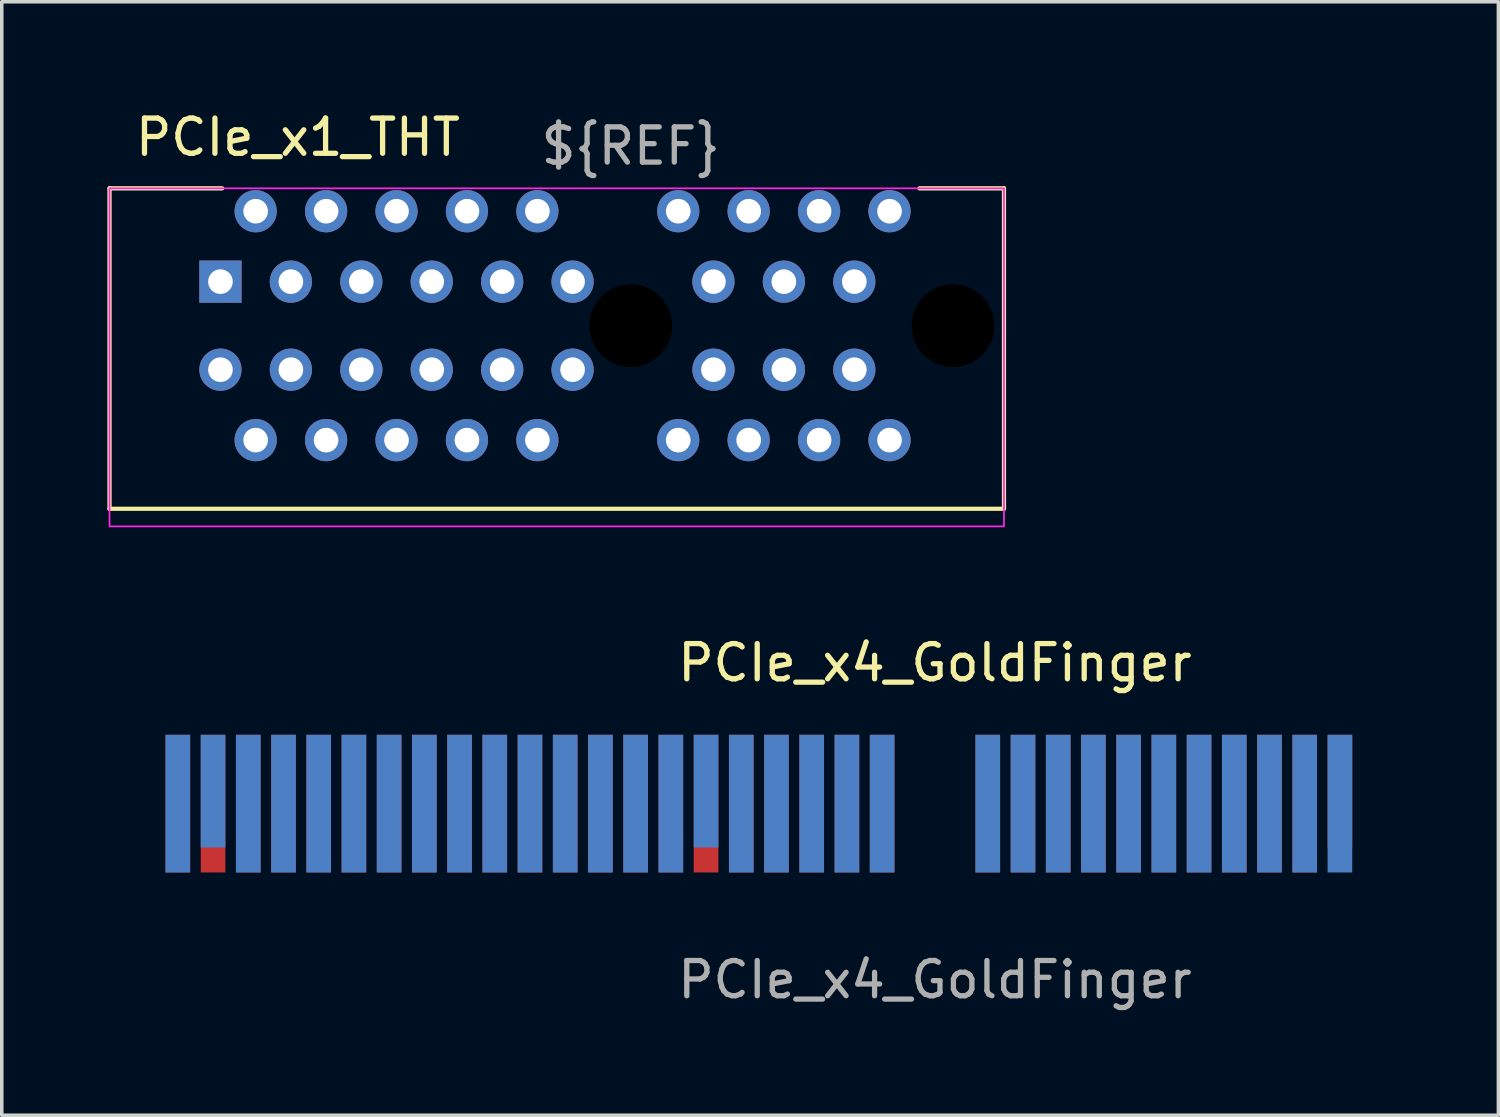
<source format=kicad_pcb>
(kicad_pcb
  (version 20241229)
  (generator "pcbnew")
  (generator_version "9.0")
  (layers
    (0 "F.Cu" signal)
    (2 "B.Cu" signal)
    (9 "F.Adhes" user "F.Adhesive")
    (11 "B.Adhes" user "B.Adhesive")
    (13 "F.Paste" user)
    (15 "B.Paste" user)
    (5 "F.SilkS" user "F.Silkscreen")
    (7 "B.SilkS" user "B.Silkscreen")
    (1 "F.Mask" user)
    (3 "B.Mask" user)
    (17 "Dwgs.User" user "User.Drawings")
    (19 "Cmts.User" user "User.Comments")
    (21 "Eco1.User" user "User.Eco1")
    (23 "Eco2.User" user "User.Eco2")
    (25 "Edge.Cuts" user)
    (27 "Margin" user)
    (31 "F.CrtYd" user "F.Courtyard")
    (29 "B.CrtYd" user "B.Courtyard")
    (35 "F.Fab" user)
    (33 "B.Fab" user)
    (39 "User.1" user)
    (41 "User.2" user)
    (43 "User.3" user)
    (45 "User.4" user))
  (footprint "PCIe_x4_GoldFinger"
    (layer "F.Cu")
    (at 23.5 21.771)
    (property "Reference" "PCIe_x4_GoldFinger" (at 0 -6 0) (unlocked yes) (layer "F.SilkS") (effects (font (size 1 1) (thickness 0.15))))
    (attr smd)
    (fp_text user "${REFERENCE}" (at 0 3 0) (unlocked yes) (layer "F.Fab") (effects (font (size 1 1) (thickness 0.15))))
    (pad "A1" smd rect (at 11.5 -2.355) (size 0.7 3.2) (layers "F.Cu" "F.Mask"))
    (pad "A2" smd rect (at 10.5 -2) (size 0.7 3.91) (layers "F.Cu" "F.Mask"))
    (pad "A3" smd rect (at 9.5 -2) (size 0.7 3.91) (layers "F.Cu" "F.Mask"))
    (pad "A4" smd rect (at 8.5 -2) (size 0.7 3.91) (layers "F.Cu" "F.Mask"))
    (pad "A5" smd rect (at 7.5 -2) (size 0.7 3.91) (layers "F.Cu" "F.Mask"))
    (pad "A6" smd rect (at 6.5 -2) (size 0.7 3.91) (layers "F.Cu" "F.Mask"))
    (pad "A7" smd rect (at 5.5 -2) (size 0.7 3.91) (layers "F.Cu" "F.Mask"))
    (pad "A8" smd rect (at 4.5 -2) (size 0.7 3.91) (layers "F.Cu" "F.Mask"))
    (pad "A9" smd rect (at 3.5 -2) (size 0.7 3.91) (layers "F.Cu" "F.Mask"))
    (pad "A10" smd rect (at 2.5 -2) (size 0.7 3.91) (layers "F.Cu" "F.Mask"))
    (pad "A11" smd rect (at 1.5 -2) (size 0.7 3.91) (layers "F.Cu" "F.Mask"))
    (pad "A12" smd rect (at -1.5 -2) (size 0.7 3.91) (layers "F.Cu" "F.Mask"))
    (pad "A13" smd rect (at -2.5 -2) (size 0.7 3.91) (layers "F.Cu" "F.Mask"))
    (pad "A14" smd rect (at -3.5 -2) (size 0.7 3.91) (layers "F.Cu" "F.Mask"))
    (pad "A15" smd rect (at -4.5 -2) (size 0.7 3.91) (layers "F.Cu" "F.Mask"))
    (pad "A16" smd rect (at -5.5 -2) (size 0.7 3.91) (layers "F.Cu" "F.Mask"))
    (pad "A17" smd rect (at -6.5 -2) (size 0.7 3.91) (layers "F.Cu" "F.Mask"))
    (pad "A18" smd rect (at -7.5 -2) (size 0.7 3.91) (layers "F.Cu" "F.Mask"))
    (pad "A19" smd rect (at -8.5 -2) (size 0.7 3.91) (layers "F.Cu" "F.Mask"))
    (pad "A20" smd rect (at -9.5 -2) (size 0.7 3.91) (layers "F.Cu" "F.Mask"))
    (pad "A21" smd rect (at -10.5 -2) (size 0.7 3.91) (layers "F.Cu" "F.Mask"))
    (pad "A22" smd rect (at -11.5 -2) (size 0.7 3.91) (layers "F.Cu" "F.Mask"))
    (pad "A23" smd rect (at -12.5 -2) (size 0.7 3.91) (layers "F.Cu" "F.Mask"))
    (pad "A24" smd rect (at -13.5 -2) (size 0.7 3.91) (layers "F.Cu" "F.Mask"))
    (pad "A25" smd rect (at -14.5 -2) (size 0.7 3.91) (layers "F.Cu" "F.Mask"))
    (pad "A26" smd rect (at -15.5 -2) (size 0.7 3.91) (layers "F.Cu" "F.Mask"))
    (pad "A27" smd rect (at -16.5 -2) (size 0.7 3.91) (layers "F.Cu" "F.Mask"))
    (pad "A28" smd rect (at -17.5 -2) (size 0.7 3.91) (layers "F.Cu" "F.Mask"))
    (pad "A29" smd rect (at -18.5 -2) (size 0.7 3.91) (layers "F.Cu" "F.Mask"))
    (pad "A30" smd rect (at -19.5 -2) (size 0.7 3.91) (layers "F.Cu" "F.Mask"))
    (pad "A31" smd rect (at -20.5 -2) (size 0.7 3.91) (layers "F.Cu" "F.Mask"))
    (pad "A32" smd rect (at -21.5 -2) (size 0.7 3.91) (layers "F.Cu" "F.Mask"))
    (pad "B1" smd rect (at 11.5 -2) (size 0.7 3.91) (layers "B.Cu" "B.Mask"))
    (pad "B2" smd rect (at 10.5 -2) (size 0.7 3.91) (layers "B.Cu" "B.Mask"))
    (pad "B3" smd rect (at 9.5 -2) (size 0.7 3.91) (layers "B.Cu" "B.Mask"))
    (pad "B4" smd rect (at 8.5 -2) (size 0.7 3.91) (layers "B.Cu" "B.Mask"))
    (pad "B5" smd rect (at 7.5 -2) (size 0.7 3.91) (layers "B.Cu" "B.Mask"))
    (pad "B6" smd rect (at 6.5 -2) (size 0.7 3.91) (layers "B.Cu" "B.Mask"))
    (pad "B7" smd rect (at 5.5 -2) (size 0.7 3.91) (layers "B.Cu" "B.Mask"))
    (pad "B8" smd rect (at 4.5 -2) (size 0.7 3.91) (layers "B.Cu" "B.Mask"))
    (pad "B9" smd rect (at 3.5 -2) (size 0.7 3.91) (layers "B.Cu" "B.Mask"))
    (pad "B10" smd rect (at 2.5 -2) (size 0.7 3.91) (layers "B.Cu" "B.Mask"))
    (pad "B11" smd rect (at 1.5 -2) (size 0.7 3.91) (layers "B.Cu" "B.Mask"))
    (pad "B12" smd rect (at -1.5 -2) (size 0.7 3.91) (layers "B.Cu" "B.Mask"))
    (pad "B13" smd rect (at -2.5 -2) (size 0.7 3.91) (layers "B.Cu" "B.Mask"))
    (pad "B14" smd rect (at -3.5 -2) (size 0.7 3.91) (layers "B.Cu" "B.Mask"))
    (pad "B15" smd rect (at -4.5 -2) (size 0.7 3.91) (layers "B.Cu" "B.Mask"))
    (pad "B16" smd rect (at -5.5 -2) (size 0.7 3.91) (layers "B.Cu" "B.Mask"))
    (pad "B17" smd rect (at -6.5 -2.355) (size 0.7 3.2) (layers "B.Cu" "B.Mask"))
    (pad "B18" smd rect (at -7.5 -2) (size 0.7 3.91) (layers "B.Cu" "B.Mask"))
    (pad "B19" smd rect (at -8.5 -2) (size 0.7 3.91) (layers "B.Cu" "B.Mask"))
    (pad "B20" smd rect (at -9.5 -2) (size 0.7 3.91) (layers "B.Cu" "B.Mask"))
    (pad "B21" smd rect (at -10.5 -2) (size 0.7 3.91) (layers "B.Cu" "B.Mask"))
    (pad "B22" smd rect (at -11.5 -2) (size 0.7 3.91) (layers "B.Cu" "B.Mask"))
    (pad "B23" smd rect (at -12.5 -2) (size 0.7 3.91) (layers "B.Cu" "B.Mask"))
    (pad "B24" smd rect (at -13.5 -2) (size 0.7 3.91) (layers "B.Cu" "B.Mask"))
    (pad "B25" smd rect (at -14.5 -2) (size 0.7 3.91) (layers "B.Cu" "B.Mask"))
    (pad "B26" smd rect (at -15.5 -2) (size 0.7 3.91) (layers "B.Cu" "B.Mask"))
    (pad "B27" smd rect (at -16.5 -2) (size 0.7 3.91) (layers "B.Cu" "B.Mask"))
    (pad "B28" smd rect (at -17.5 -2) (size 0.7 3.91) (layers "B.Cu" "B.Mask"))
    (pad "B29" smd rect (at -18.5 -2) (size 0.7 3.91) (layers "B.Cu" "B.Mask"))
    (pad "B30" smd rect (at -19.5 -2) (size 0.7 3.91) (layers "B.Cu" "B.Mask"))
    (pad "B31" smd rect (at -20.5 -2.355) (size 0.7 3.2) (layers "B.Cu" "B.Mask"))
    (pad "B32" smd rect (at -21.5 -2) (size 0.7 3.91) (layers "B.Cu" "B.Mask"))
    (zone (net_name "") (layers "F.Cu" "F.Mask" "B.Cu" "B.Mask" "F.SilkS" "B.SilkS" "F.Adhes" "B.Adhes" "F.Paste" "B.Paste") (name "Goldfinger") (hatch full 0.508) (connect_pads) (min_thickness 0.254) (filled_areas_thickness no) (keepout (tracks allowed) (vias not_allowed) (pads not_allowed) (copperpour not_allowed) (footprints not_allowed)) (placement (enabled no)) (fill) (polygon (pts (xy 36.5 23.271) (xy 0 23.271) (xy 0 17.771) (xy 36.5 17.771)))))
  (footprint "PCIe_x1_THT"
    (layer "F.Cu")
    (at 14.86 6.198)
    (property "Reference" "PCIe_x1_THT" (at -9.45 -5.35 0) (unlocked yes) (layer "F.SilkS") (effects (font (size 1 1) (thickness 0.15))))
    (fp_line (start -14.8 -3.9) (end -14.8 5.2) (stroke (width 0.12) (type solid)) (layer "F.SilkS"))
    (fp_line (start -14.8 -3.9) (end -11.6 -3.9) (stroke (width 0.12) (type solid)) (layer "F.SilkS"))
    (fp_line (start -14.8 5.2) (end 10.6 5.2) (stroke (width 0.12) (type solid)) (layer "F.SilkS"))
    (fp_line (start 10.6 -3.9) (end 8.2 -3.9) (stroke (width 0.12) (type solid)) (layer "F.SilkS"))
    (fp_line (start 10.6 5.2) (end 10.6 -3.9) (stroke (width 0.12) (type solid)) (layer "F.SilkS"))
    (fp_rect (start -14.8 5.7) (end 10.6 -3.9) (stroke (width 0.05) (type solid)) (fill no) (layer "F.CrtYd"))
    (fp_text user "${REF}" (at 0 -5.1 0) (unlocked yes) (layer "F.Fab") (effects (font (size 1 1) (thickness 0.15))))
    (pad "" np_thru_hole circle (at 0 0) (size 2.35 2.35) (drill 2.35) (layers "*.Mask"))
    (pad "" np_thru_hole circle (at 9.15 0) (size 2.35 2.35) (drill 2.35) (layers "*.Mask"))
    (pad "A1" thru_hole rect (at -11.65 -1.25) (size 1.2 1.2) (drill 0.7) (layers "*.Cu" "*.Mask"))
    (pad "A2" thru_hole circle (at -10.65 -3.25) (size 1.2 1.2) (drill 0.7) (layers "*.Cu" "*.Mask"))
    (pad "A3" thru_hole circle (at -9.65 -1.25) (size 1.2 1.2) (drill 0.7) (layers "*.Cu" "*.Mask"))
    (pad "A4" thru_hole circle (at -8.65 -3.25) (size 1.2 1.2) (drill 0.7) (layers "*.Cu" "*.Mask"))
    (pad "A5" thru_hole circle (at -7.65 -1.25) (size 1.2 1.2) (drill 0.7) (layers "*.Cu" "*.Mask"))
    (pad "A6" thru_hole circle (at -6.65 -3.25) (size 1.2 1.2) (drill 0.7) (layers "*.Cu" "*.Mask"))
    (pad "A7" thru_hole circle (at -5.65 -1.25) (size 1.2 1.2) (drill 0.7) (layers "*.Cu" "*.Mask"))
    (pad "A8" thru_hole circle (at -4.65 -3.25) (size 1.2 1.2) (drill 0.7) (layers "*.Cu" "*.Mask"))
    (pad "A9" thru_hole circle (at -3.65 -1.25) (size 1.2 1.2) (drill 0.7) (layers "*.Cu" "*.Mask"))
    (pad "A10" thru_hole circle (at -2.65 -3.25) (size 1.2 1.2) (drill 0.7) (layers "*.Cu" "*.Mask"))
    (pad "A11" thru_hole circle (at -1.65 -1.25) (size 1.2 1.2) (drill 0.7) (layers "*.Cu" "*.Mask"))
    (pad "A12" thru_hole circle (at 1.35 -3.25) (size 1.2 1.2) (drill 0.7) (layers "*.Cu" "*.Mask"))
    (pad "A13" thru_hole circle (at 2.35 -1.25) (size 1.2 1.2) (drill 0.7) (layers "*.Cu" "*.Mask"))
    (pad "A14" thru_hole circle (at 3.35 -3.25) (size 1.2 1.2) (drill 0.7) (layers "*.Cu" "*.Mask"))
    (pad "A15" thru_hole circle (at 4.35 -1.25) (size 1.2 1.2) (drill 0.7) (layers "*.Cu" "*.Mask"))
    (pad "A16" thru_hole circle (at 5.35 -3.25) (size 1.2 1.2) (drill 0.7) (layers "*.Cu" "*.Mask"))
    (pad "A17" thru_hole circle (at 6.35 -1.25) (size 1.2 1.2) (drill 0.7) (layers "*.Cu" "*.Mask"))
    (pad "A18" thru_hole circle (at 7.35 -3.25) (size 1.2 1.2) (drill 0.7) (layers "*.Cu" "*.Mask"))
    (pad "B1" thru_hole circle (at -11.65 1.25) (size 1.2 1.2) (drill 0.7) (layers "*.Cu" "*.Mask"))
    (pad "B2" thru_hole circle (at -10.65 3.25) (size 1.2 1.2) (drill 0.7) (layers "*.Cu" "*.Mask"))
    (pad "B3" thru_hole circle (at -9.65 1.25) (size 1.2 1.2) (drill 0.7) (layers "*.Cu" "*.Mask"))
    (pad "B4" thru_hole circle (at -8.65 3.25) (size 1.2 1.2) (drill 0.7) (layers "*.Cu" "*.Mask"))
    (pad "B5" thru_hole circle (at -7.65 1.25) (size 1.2 1.2) (drill 0.7) (layers "*.Cu" "*.Mask"))
    (pad "B6" thru_hole circle (at -6.65 3.25) (size 1.2 1.2) (drill 0.7) (layers "*.Cu" "*.Mask"))
    (pad "B7" thru_hole circle (at -5.65 1.25) (size 1.2 1.2) (drill 0.7) (layers "*.Cu" "*.Mask"))
    (pad "B8" thru_hole circle (at -4.65 3.25) (size 1.2 1.2) (drill 0.7) (layers "*.Cu" "*.Mask"))
    (pad "B9" thru_hole circle (at -3.65 1.25) (size 1.2 1.2) (drill 0.7) (layers "*.Cu" "*.Mask"))
    (pad "B10" thru_hole circle (at -2.65 3.25) (size 1.2 1.2) (drill 0.7) (layers "*.Cu" "*.Mask"))
    (pad "B11" thru_hole circle (at -1.65 1.25) (size 1.2 1.2) (drill 0.7) (layers "*.Cu" "*.Mask"))
    (pad "B12" thru_hole circle (at 1.35 3.25) (size 1.2 1.2) (drill 0.7) (layers "*.Cu" "*.Mask"))
    (pad "B13" thru_hole circle (at 2.35 1.25) (size 1.2 1.2) (drill 0.7) (layers "*.Cu" "*.Mask"))
    (pad "B14" thru_hole circle (at 3.35 3.25) (size 1.2 1.2) (drill 0.7) (layers "*.Cu" "*.Mask"))
    (pad "B15" thru_hole circle (at 4.35 1.25) (size 1.2 1.2) (drill 0.7) (layers "*.Cu" "*.Mask"))
    (pad "B16" thru_hole circle (at 5.35 3.25) (size 1.2 1.2) (drill 0.7) (layers "*.Cu" "*.Mask"))
    (pad "B17" thru_hole circle (at 6.35 1.25) (size 1.2 1.2) (drill 0.7) (layers "*.Cu" "*.Mask"))
    (pad "B18" thru_hole circle (at 7.35 3.25) (size 1.2 1.2) (drill 0.7) (layers "*.Cu" "*.Mask")))
  (gr_rect
    (start -3 -3)
    (end 39.5 28.62)
    (stroke (width 0.1) (type default))
    (fill no)
    (layer "Edge.Cuts")))
</source>
